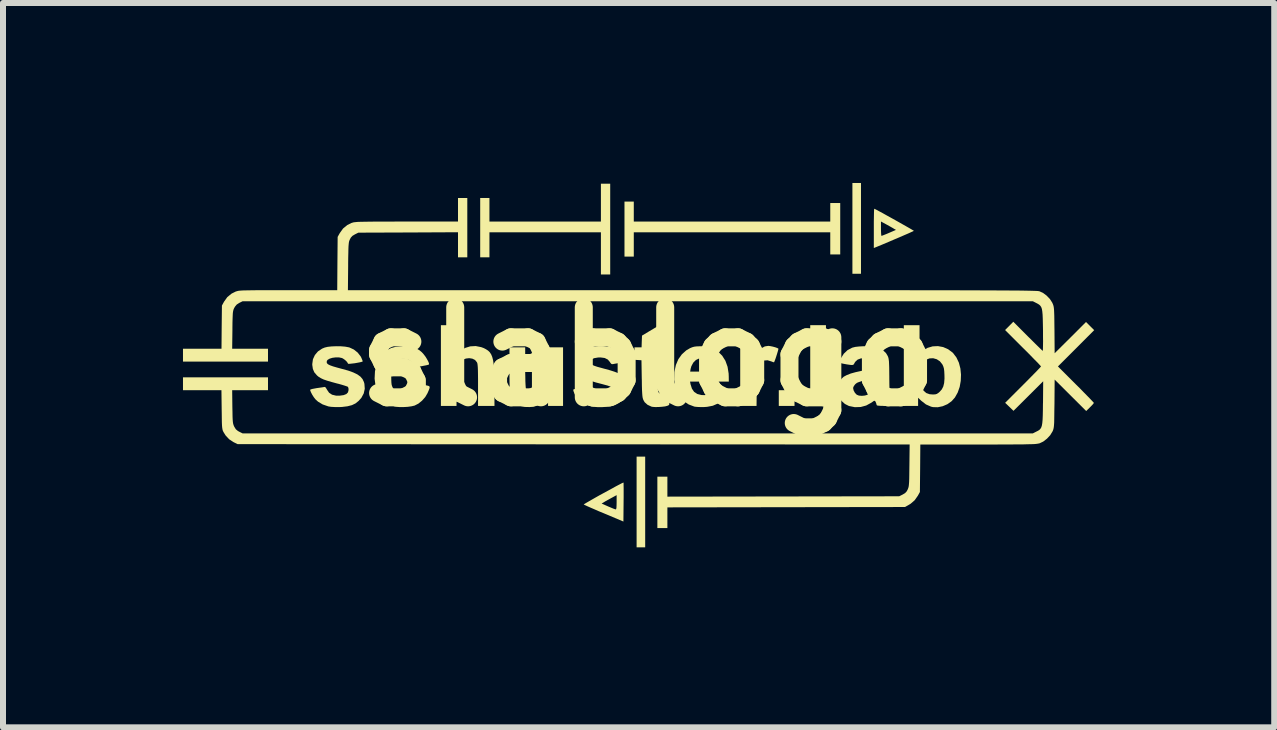
<source format=kicad_pcb>
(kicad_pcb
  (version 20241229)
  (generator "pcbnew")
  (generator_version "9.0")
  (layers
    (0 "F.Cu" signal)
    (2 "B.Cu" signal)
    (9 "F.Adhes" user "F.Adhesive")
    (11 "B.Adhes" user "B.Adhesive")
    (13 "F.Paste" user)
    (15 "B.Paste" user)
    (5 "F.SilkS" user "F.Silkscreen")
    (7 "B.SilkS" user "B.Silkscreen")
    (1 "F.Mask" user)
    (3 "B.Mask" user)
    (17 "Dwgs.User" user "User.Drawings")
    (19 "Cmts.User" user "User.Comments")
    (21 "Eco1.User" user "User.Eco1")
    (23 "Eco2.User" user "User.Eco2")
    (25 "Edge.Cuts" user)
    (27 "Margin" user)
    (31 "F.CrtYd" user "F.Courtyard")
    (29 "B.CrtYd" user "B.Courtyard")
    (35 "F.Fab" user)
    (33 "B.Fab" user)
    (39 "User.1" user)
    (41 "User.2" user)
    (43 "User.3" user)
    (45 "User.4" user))
  (footprint "slablogo"
    (layer "F.Cu")
    (at 7.752 2.894)
    (property "Reference" "slablogo" (at 0 0 0) (layer "F.SilkS") (effects (font (size 1.5 1.5) (thickness 0.3))))
    (attr board_only exclude_from_pos_files exclude_from_bom)
    (fp_poly (pts (xy -0.048 2.423) (xy -0.048 3.179) (xy -0.119 3.179) (xy -0.191 3.179) (xy -0.191 2.423) (xy -0.191 1.667) (xy -0.119 1.667) (xy -0.048 1.667)) (stroke (width 0) (type solid)) (fill yes) (layer "F.SilkS"))
    (fp_poly (pts (xy 2.441 0.691) (xy 2.441 0.822) (xy 2.31 0.822) (xy 2.179 0.822) (xy 2.179 0.691) (xy 2.179 0.56) (xy 2.31 0.56) (xy 2.441 0.56)) (stroke (width 0) (type solid)) (fill yes) (layer "F.SilkS"))
    (fp_poly (pts (xy 2.965 0.149) (xy 2.965 0.822) (xy 2.834 0.822) (xy 2.703 0.822) (xy 2.703 0.149) (xy 2.703 -0.524) (xy 2.834 -0.524) (xy 2.965 -0.524)) (stroke (width 0) (type solid)) (fill yes) (layer "F.SilkS"))
    (fp_poly (pts (xy 3.549 -2.138) (xy 3.549 -1.381) (xy 3.477 -1.381) (xy 3.406 -1.381) (xy 3.406 -2.138) (xy 3.406 -2.894) (xy 3.477 -2.894) (xy 3.549 -2.894)) (stroke (width 0) (type solid)) (fill yes) (layer "F.SilkS"))
    (fp_poly (pts (xy -0.631 -2.126) (xy -0.631 -1.369) (xy -0.709 -1.369) (xy -0.786 -1.369) (xy -0.786 -1.721) (xy -0.786 -2.072) (xy -1.715 -2.072) (xy -2.644 -2.072) (xy -2.644 -1.864) (xy -2.644 -1.655) (xy -2.721 -1.655) (xy -2.798 -1.655) (xy -2.798 -2.149) (xy -2.798 -2.644) (xy -2.721 -2.644) (xy -2.644 -2.644) (xy -2.644 -2.447) (xy -2.644 -2.251) (xy -1.715 -2.251) (xy -0.786 -2.251) (xy -0.786 -2.566) (xy -0.786 -2.882) (xy -0.709 -2.882) (xy -0.631 -2.882)) (stroke (width 0) (type solid)) (fill yes) (layer "F.SilkS"))
    (fp_poly (pts (xy -0.238 -2.417) (xy -0.238 -2.251) (xy 1.399 -2.251) (xy 3.037 -2.251) (xy 3.037 -2.405) (xy 3.037 -2.56) (xy 3.12 -2.56) (xy 3.203 -2.56) (xy 3.203 -2.132) (xy 3.203 -1.703) (xy 3.12 -1.703) (xy 3.037 -1.703) (xy 3.037 -1.887) (xy 3.037 -2.072) (xy 1.399 -2.072) (xy -0.238 -2.072) (xy -0.238 -1.87) (xy -0.238 -1.667) (xy -0.316 -1.667) (xy -0.393 -1.667) (xy -0.393 -2.126) (xy -0.393 -2.584) (xy -0.316 -2.584) (xy -0.238 -2.584)) (stroke (width 0) (type solid)) (fill yes) (layer "F.SilkS"))
    (fp_poly (pts (xy 2.037 -0.175) (xy 2.077 -0.167) (xy 2.118 -0.156) (xy 2.152 -0.144) (xy 2.171 -0.134) (xy 2.172 -0.132) (xy 2.171 -0.119) (xy 2.163 -0.089) (xy 2.151 -0.049) (xy 2.137 -0.004) (xy 2.123 0.038) (xy 2.11 0.072) (xy 2.101 0.093) (xy 2.099 0.094) (xy 2.087 0.093) (xy 2.062 0.083) (xy 2.054 0.08) (xy 1.992 0.061) (xy 1.936 0.065) (xy 1.888 0.09) (xy 1.85 0.137) (xy 1.842 0.153) (xy 1.834 0.171) (xy 1.828 0.191) (xy 1.823 0.215) (xy 1.82 0.246) (xy 1.817 0.288) (xy 1.815 0.344) (xy 1.814 0.417) (xy 1.812 0.511) (xy 1.812 0.515) (xy 1.808 0.822) (xy 1.672 0.822) (xy 1.536 0.822) (xy 1.536 0.333) (xy 1.536 -0.155) (xy 1.661 -0.155) (xy 1.786 -0.155) (xy 1.786 -0.094) (xy 1.786 -0.032) (xy 1.836 -0.089) (xy 1.891 -0.14) (xy 1.946 -0.17) (xy 2.004 -0.179)) (stroke (width 0) (type solid)) (fill yes) (layer "F.SilkS"))
    (fp_poly (pts (xy -0.408 2.112) (xy -0.408 2.145) (xy -0.407 2.196) (xy -0.407 2.262) (xy -0.407 2.339) (xy -0.408 2.424) (xy -0.408 2.427) (xy -0.411 2.749) (xy -0.741 2.61) (xy -0.824 2.576) (xy -0.899 2.543) (xy -0.964 2.515) (xy -1.016 2.492) (xy -1.052 2.475) (xy -1.07 2.466) (xy -1.072 2.464) (xy -1.062 2.457) (xy -1.049 2.449) (xy -0.774 2.449) (xy -0.664 2.498) (xy -0.616 2.518) (xy -0.575 2.535) (xy -0.547 2.545) (xy -0.539 2.547) (xy -0.532 2.541) (xy -0.527 2.519) (xy -0.525 2.477) (xy -0.524 2.428) (xy -0.524 2.309) (xy -0.616 2.359) (xy -0.663 2.385) (xy -0.705 2.408) (xy -0.735 2.426) (xy -0.741 2.43) (xy -0.774 2.449) (xy -1.049 2.449) (xy -1.034 2.44) (xy -0.991 2.415) (xy -0.937 2.384) (xy -0.874 2.348) (xy -0.805 2.309) (xy -0.733 2.27) (xy -0.661 2.231) (xy -0.593 2.194) (xy -0.532 2.16) (xy -0.48 2.133) (xy -0.44 2.112) (xy -0.416 2.101) (xy -0.41 2.099)) (stroke (width 0) (type solid)) (fill yes) (layer "F.SilkS"))
    (fp_poly (pts (xy 3.783 -2.459) (xy 3.813 -2.444) (xy 3.857 -2.42) (xy 3.913 -2.39) (xy 3.977 -2.354) (xy 4.046 -2.316) (xy 4.118 -2.276) (xy 4.189 -2.236) (xy 4.256 -2.198) (xy 4.316 -2.164) (xy 4.367 -2.135) (xy 4.404 -2.113) (xy 4.426 -2.1) (xy 4.43 -2.096) (xy 4.419 -2.09) (xy 4.388 -2.076) (xy 4.34 -2.054) (xy 4.275 -2.026) (xy 4.197 -1.992) (xy 4.107 -1.954) (xy 4.007 -1.911) (xy 3.9 -1.866) (xy 3.808 -1.828) (xy 3.763 -1.81) (xy 3.763 -2.137) (xy 3.763 -2.223) (xy 3.763 -2.252) (xy 3.882 -2.252) (xy 3.882 -2.132) (xy 3.883 -2.082) (xy 3.885 -2.042) (xy 3.888 -2.018) (xy 3.891 -2.012) (xy 3.905 -2.017) (xy 3.936 -2.029) (xy 3.979 -2.046) (xy 4.016 -2.062) (xy 4.132 -2.112) (xy 4.099 -2.131) (xy 4.074 -2.146) (xy 4.035 -2.168) (xy 3.989 -2.194) (xy 3.974 -2.202) (xy 3.882 -2.252) (xy 3.763 -2.252) (xy 3.764 -2.3) (xy 3.765 -2.366) (xy 3.766 -2.417) (xy 3.768 -2.451) (xy 3.77 -2.465) (xy 3.77 -2.465)) (stroke (width 0) (type solid)) (fill yes) (layer "F.SilkS"))
    (fp_poly (pts (xy -3.191 -0.286) (xy -3.191 -0.047) (xy -3.131 -0.095) (xy -3.051 -0.144) (xy -2.964 -0.171) (xy -2.873 -0.176) (xy -2.782 -0.158) (xy -2.744 -0.144) (xy -2.702 -0.123) (xy -2.667 -0.1) (xy -2.638 -0.072) (xy -2.615 -0.037) (xy -2.597 0.007) (xy -2.583 0.062) (xy -2.573 0.13) (xy -2.567 0.215) (xy -2.563 0.317) (xy -2.561 0.439) (xy -2.561 0.533) (xy -2.56 0.822) (xy -2.697 0.822) (xy -2.834 0.822) (xy -2.834 0.476) (xy -2.834 0.373) (xy -2.835 0.29) (xy -2.836 0.227) (xy -2.838 0.179) (xy -2.841 0.144) (xy -2.844 0.119) (xy -2.849 0.102) (xy -2.853 0.094) (xy -2.884 0.056) (xy -2.929 0.034) (xy -2.981 0.026) (xy -3.035 0.032) (xy -3.088 0.052) (xy -3.132 0.086) (xy -3.161 0.125) (xy -3.168 0.141) (xy -3.174 0.158) (xy -3.178 0.18) (xy -3.182 0.21) (xy -3.184 0.251) (xy -3.186 0.305) (xy -3.188 0.377) (xy -3.189 0.468) (xy -3.189 0.497) (xy -3.193 0.822) (xy -3.323 0.822) (xy -3.453 0.822) (xy -3.453 0.149) (xy -3.453 -0.524) (xy -3.322 -0.524) (xy -3.191 -0.524)) (stroke (width 0) (type solid)) (fill yes) (layer "F.SilkS"))
    (fp_poly (pts (xy -2.048 0.17) (xy -2.048 0.258) (xy -2.046 0.34) (xy -2.045 0.412) (xy -2.042 0.472) (xy -2.039 0.514) (xy -2.036 0.537) (xy -2.012 0.588) (xy -1.974 0.621) (xy -1.918 0.638) (xy -1.902 0.64) (xy -1.834 0.634) (xy -1.777 0.608) (xy -1.733 0.562) (xy -1.718 0.536) (xy -1.71 0.519) (xy -1.703 0.502) (xy -1.699 0.482) (xy -1.695 0.456) (xy -1.693 0.42) (xy -1.692 0.371) (xy -1.691 0.307) (xy -1.691 0.224) (xy -1.691 0.164) (xy -1.691 -0.155) (xy -1.554 -0.155) (xy -1.417 -0.155) (xy -1.417 0.333) (xy -1.417 0.822) (xy -1.542 0.822) (xy -1.667 0.822) (xy -1.667 0.754) (xy -1.667 0.686) (xy -1.718 0.735) (xy -1.758 0.769) (xy -1.805 0.799) (xy -1.828 0.811) (xy -1.896 0.832) (xy -1.973 0.841) (xy -2.051 0.839) (xy -2.111 0.827) (xy -2.16 0.804) (xy -2.209 0.768) (xy -2.22 0.759) (xy -2.243 0.735) (xy -2.262 0.712) (xy -2.277 0.686) (xy -2.288 0.655) (xy -2.297 0.617) (xy -2.303 0.567) (xy -2.307 0.505) (xy -2.309 0.427) (xy -2.31 0.33) (xy -2.31 0.212) (xy -2.31 0.212) (xy -2.31 -0.155) (xy -2.179 -0.155) (xy -2.048 -0.155)) (stroke (width 0) (type solid)) (fill yes) (layer "F.SilkS"))
    (fp_poly (pts (xy 0.152 -0.327) (xy 0.155 -0.155) (xy 0.244 -0.155) (xy 0.333 -0.155) (xy 0.333 -0.048) (xy 0.333 0.06) (xy 0.243 0.06) (xy 0.153 0.06) (xy 0.157 0.323) (xy 0.158 0.408) (xy 0.16 0.473) (xy 0.161 0.521) (xy 0.164 0.554) (xy 0.167 0.576) (xy 0.172 0.59) (xy 0.179 0.6) (xy 0.188 0.608) (xy 0.189 0.609) (xy 0.215 0.623) (xy 0.237 0.626) (xy 0.262 0.62) (xy 0.294 0.613) (xy 0.317 0.61) (xy 0.329 0.615) (xy 0.335 0.634) (xy 0.339 0.663) (xy 0.345 0.708) (xy 0.351 0.752) (xy 0.353 0.764) (xy 0.355 0.793) (xy 0.346 0.809) (xy 0.321 0.82) (xy 0.319 0.821) (xy 0.283 0.83) (xy 0.233 0.836) (xy 0.176 0.84) (xy 0.122 0.841) (xy 0.078 0.838) (xy 0.057 0.834) (xy -0.009 0.803) (xy -0.057 0.76) (xy -0.078 0.723) (xy -0.085 0.704) (xy -0.091 0.681) (xy -0.095 0.65) (xy -0.098 0.609) (xy -0.101 0.554) (xy -0.103 0.482) (xy -0.104 0.39) (xy -0.105 0.367) (xy -0.11 0.061) (xy -0.165 0.057) (xy -0.22 0.054) (xy -0.224 -0.051) (xy -0.227 -0.155) (xy -0.168 -0.155) (xy -0.108 -0.155) (xy -0.105 -0.252) (xy -0.101 -0.35) (xy 0.024 -0.425) (xy 0.149 -0.5)) (stroke (width 0) (type solid)) (fill yes) (layer "F.SilkS"))
    (fp_poly (pts (xy 4.525 -0.291) (xy 4.525 -0.058) (xy 4.581 -0.101) (xy 4.659 -0.146) (xy 4.744 -0.171) (xy 4.832 -0.175) (xy 4.919 -0.159) (xy 5.001 -0.123) (xy 5.075 -0.068) (xy 5.085 -0.058) (xy 5.14 0.015) (xy 5.181 0.102) (xy 5.206 0.198) (xy 5.216 0.3) (xy 5.212 0.404) (xy 5.194 0.505) (xy 5.161 0.599) (xy 5.115 0.681) (xy 5.06 0.743) (xy 4.99 0.793) (xy 4.911 0.827) (xy 4.829 0.844) (xy 4.75 0.842) (xy 4.716 0.834) (xy 4.632 0.797) (xy 4.555 0.737) (xy 4.552 0.735) (xy 4.501 0.686) (xy 4.501 0.754) (xy 4.501 0.822) (xy 4.382 0.822) (xy 4.263 0.822) (xy 4.263 0.325) (xy 4.522 0.325) (xy 4.523 0.383) (xy 4.527 0.425) (xy 4.534 0.458) (xy 4.547 0.491) (xy 4.555 0.506) (xy 4.592 0.567) (xy 4.637 0.607) (xy 4.693 0.627) (xy 4.742 0.631) (xy 4.784 0.63) (xy 4.813 0.622) (xy 4.839 0.605) (xy 4.858 0.589) (xy 4.895 0.548) (xy 4.92 0.5) (xy 4.935 0.441) (xy 4.941 0.366) (xy 4.94 0.306) (xy 4.937 0.245) (xy 4.932 0.202) (xy 4.923 0.169) (xy 4.91 0.139) (xy 4.906 0.131) (xy 4.865 0.079) (xy 4.812 0.044) (xy 4.752 0.027) (xy 4.69 0.03) (xy 4.631 0.053) (xy 4.613 0.065) (xy 4.573 0.105) (xy 4.545 0.154) (xy 4.528 0.216) (xy 4.522 0.295) (xy 4.522 0.325) (xy 4.263 0.325) (xy 4.263 0.149) (xy 4.263 -0.524) (xy 4.394 -0.524) (xy 4.525 -0.524)) (stroke (width 0) (type solid)) (fill yes) (layer "F.SilkS"))
    (fp_poly (pts (xy 0.945 -0.172) (xy 0.988 -0.169) (xy 1.022 -0.162) (xy 1.055 -0.149) (xy 1.078 -0.139) (xy 1.164 -0.086) (xy 1.235 -0.016) (xy 1.289 0.069) (xy 1.325 0.169) (xy 1.343 0.282) (xy 1.345 0.336) (xy 1.346 0.417) (xy 1.023 0.417) (xy 0.7 0.417) (xy 0.708 0.461) (xy 0.731 0.534) (xy 0.768 0.588) (xy 0.821 0.623) (xy 0.888 0.64) (xy 0.899 0.641) (xy 0.942 0.642) (xy 0.97 0.638) (xy 0.993 0.627) (xy 1.008 0.615) (xy 1.037 0.585) (xy 1.058 0.552) (xy 1.06 0.548) (xy 1.067 0.531) (xy 1.073 0.521) (xy 1.085 0.515) (xy 1.105 0.515) (xy 1.138 0.519) (xy 1.189 0.527) (xy 1.215 0.532) (xy 1.273 0.542) (xy 1.309 0.552) (xy 1.326 0.565) (xy 1.325 0.586) (xy 1.308 0.619) (xy 1.28 0.663) (xy 1.223 0.733) (xy 1.157 0.785) (xy 1.079 0.819) (xy 0.985 0.837) (xy 0.929 0.841) (xy 0.873 0.841) (xy 0.822 0.839) (xy 0.782 0.835) (xy 0.771 0.833) (xy 0.678 0.798) (xy 0.598 0.745) (xy 0.533 0.675) (xy 0.483 0.59) (xy 0.45 0.492) (xy 0.435 0.383) (xy 0.438 0.265) (xy 0.44 0.25) (xy 0.702 0.25) (xy 0.893 0.25) (xy 1.084 0.25) (xy 1.084 0.217) (xy 1.076 0.177) (xy 1.056 0.13) (xy 1.028 0.086) (xy 0.999 0.056) (xy 0.967 0.04) (xy 0.926 0.029) (xy 0.913 0.027) (xy 0.852 0.031) (xy 0.798 0.056) (xy 0.754 0.1) (xy 0.722 0.159) (xy 0.709 0.205) (xy 0.702 0.25) (xy 0.44 0.25) (xy 0.44 0.249) (xy 0.464 0.139) (xy 0.505 0.043) (xy 0.564 -0.039) (xy 0.638 -0.105) (xy 0.7 -0.141) (xy 0.736 -0.156) (xy 0.768 -0.165) (xy 0.805 -0.17) (xy 0.855 -0.172) (xy 0.887 -0.173)) (stroke (width 0) (type solid)) (fill yes) (layer "F.SilkS"))
    (fp_poly (pts (xy -3.995 -0.169) (xy -3.922 -0.158) (xy -3.862 -0.137) (xy -3.808 -0.104) (xy -3.771 -0.073) (xy -3.742 -0.041) (xy -3.712 -0.002) (xy -3.686 0.04) (xy -3.665 0.079) (xy -3.652 0.111) (xy -3.652 0.13) (xy -3.653 0.132) (xy -3.667 0.137) (xy -3.699 0.145) (xy -3.741 0.153) (xy -3.787 0.162) (xy -3.832 0.17) (xy -3.87 0.175) (xy -3.894 0.177) (xy -3.899 0.177) (xy -3.906 0.164) (xy -3.918 0.138) (xy -3.922 0.128) (xy -3.953 0.08) (xy -4.001 0.05) (xy -4.066 0.036) (xy -4.086 0.036) (xy -4.153 0.045) (xy -4.206 0.073) (xy -4.247 0.12) (xy -4.256 0.137) (xy -4.267 0.161) (xy -4.274 0.188) (xy -4.279 0.223) (xy -4.28 0.271) (xy -4.281 0.327) (xy -4.28 0.391) (xy -4.278 0.436) (xy -4.274 0.469) (xy -4.266 0.495) (xy -4.254 0.52) (xy -4.254 0.52) (xy -4.215 0.574) (xy -4.165 0.609) (xy -4.11 0.628) (xy -4.054 0.629) (xy -4 0.614) (xy -3.953 0.582) (xy -3.918 0.533) (xy -3.904 0.5) (xy -3.897 0.477) (xy -3.887 0.462) (xy -3.872 0.455) (xy -3.846 0.454) (xy -3.806 0.459) (xy -3.747 0.47) (xy -3.736 0.472) (xy -3.687 0.481) (xy -3.656 0.489) (xy -3.641 0.501) (xy -3.641 0.522) (xy -3.653 0.556) (xy -3.675 0.607) (xy -3.677 0.611) (xy -3.714 0.674) (xy -3.767 0.734) (xy -3.827 0.783) (xy -3.889 0.815) (xy -3.891 0.816) (xy -3.941 0.828) (xy -4.006 0.837) (xy -4.076 0.841) (xy -4.145 0.841) (xy -4.203 0.835) (xy -4.228 0.83) (xy -4.321 0.792) (xy -4.4 0.736) (xy -4.465 0.663) (xy -4.513 0.577) (xy -4.544 0.477) (xy -4.558 0.367) (xy -4.552 0.247) (xy -4.551 0.241) (xy -4.528 0.132) (xy -4.488 0.04) (xy -4.432 -0.037) (xy -4.405 -0.064) (xy -4.345 -0.111) (xy -4.282 -0.143) (xy -4.212 -0.162) (xy -4.126 -0.171) (xy -4.084 -0.172)) (stroke (width 0) (type solid)) (fill yes) (layer "F.SilkS"))
    (fp_poly (pts (xy -0.745 -0.175) (xy -0.642 -0.162) (xy -0.558 -0.137) (xy -0.49 -0.099) (xy -0.436 -0.046) (xy -0.393 0.022) (xy -0.38 0.051) (xy -0.376 0.071) (xy -0.386 0.084) (xy -0.411 0.093) (xy -0.456 0.102) (xy -0.48 0.106) (xy -0.526 0.114) (xy -0.565 0.121) (xy -0.589 0.126) (xy -0.589 0.126) (xy -0.609 0.124) (xy -0.627 0.105) (xy -0.636 0.09) (xy -0.671 0.049) (xy -0.723 0.023) (xy -0.791 0.014) (xy -0.834 0.015) (xy -0.898 0.026) (xy -0.941 0.046) (xy -0.962 0.074) (xy -0.965 0.089) (xy -0.962 0.107) (xy -0.951 0.123) (xy -0.93 0.138) (xy -0.896 0.153) (xy -0.846 0.17) (xy -0.776 0.189) (xy -0.729 0.202) (xy -0.637 0.227) (xy -0.565 0.25) (xy -0.509 0.271) (xy -0.465 0.293) (xy -0.43 0.317) (xy -0.413 0.332) (xy -0.368 0.388) (xy -0.343 0.453) (xy -0.336 0.521) (xy -0.348 0.591) (xy -0.376 0.658) (xy -0.421 0.719) (xy -0.48 0.77) (xy -0.552 0.809) (xy -0.554 0.809) (xy -0.611 0.825) (xy -0.684 0.836) (xy -0.763 0.842) (xy -0.842 0.842) (xy -0.911 0.836) (xy -0.947 0.83) (xy -1.022 0.803) (xy -1.093 0.765) (xy -1.151 0.72) (xy -1.174 0.696) (xy -1.201 0.658) (xy -1.225 0.618) (xy -1.241 0.582) (xy -1.247 0.556) (xy -1.245 0.549) (xy -1.232 0.543) (xy -1.2 0.536) (xy -1.156 0.528) (xy -1.135 0.525) (xy -1.086 0.518) (xy -1.044 0.511) (xy -1.017 0.506) (xy -1.012 0.505) (xy -0.995 0.513) (xy -0.974 0.542) (xy -0.97 0.551) (xy -0.934 0.602) (xy -0.884 0.635) (xy -0.817 0.651) (xy -0.758 0.651) (xy -0.692 0.642) (xy -0.647 0.624) (xy -0.62 0.596) (xy -0.61 0.557) (xy -0.611 0.525) (xy -0.621 0.503) (xy -0.622 0.503) (xy -0.639 0.495) (xy -0.674 0.483) (xy -0.722 0.47) (xy -0.762 0.459) (xy -0.873 0.43) (xy -0.962 0.402) (xy -1.033 0.375) (xy -1.089 0.347) (xy -1.131 0.317) (xy -1.163 0.282) (xy -1.187 0.243) (xy -1.192 0.232) (xy -1.211 0.165) (xy -1.21 0.092) (xy -1.193 0.019) (xy -1.159 -0.045) (xy -1.139 -0.07) (xy -1.084 -0.113) (xy -1.01 -0.146) (xy -0.922 -0.167) (xy -0.822 -0.176)) (stroke (width 0) (type solid)) (fill yes) (layer "F.SilkS"))
    (fp_poly (pts (xy -5.12 -0.172) (xy -5.048 -0.166) (xy -4.989 -0.155) (xy -4.977 -0.152) (xy -4.904 -0.118) (xy -4.84 -0.067) (xy -4.791 -0.004) (xy -4.78 0.017) (xy -4.766 0.05) (xy -4.757 0.074) (xy -4.757 0.081) (xy -4.772 0.087) (xy -4.804 0.095) (xy -4.846 0.103) (xy -4.892 0.111) (xy -4.937 0.116) (xy -4.973 0.12) (xy -4.995 0.12) (xy -5 0.119) (xy -5.018 0.088) (xy -5.051 0.056) (xy -5.087 0.031) (xy -5.105 0.023) (xy -5.153 0.013) (xy -5.207 0.013) (xy -5.261 0.02) (xy -5.307 0.034) (xy -5.34 0.053) (xy -5.353 0.07) (xy -5.357 0.092) (xy -5.352 0.111) (xy -5.334 0.128) (xy -5.301 0.145) (xy -5.251 0.163) (xy -5.182 0.183) (xy -5.108 0.203) (xy -4.999 0.233) (xy -4.913 0.264) (xy -4.845 0.297) (xy -4.795 0.333) (xy -4.759 0.375) (xy -4.736 0.424) (xy -4.728 0.453) (xy -4.722 0.536) (xy -4.739 0.613) (xy -4.778 0.686) (xy -4.824 0.738) (xy -4.876 0.78) (xy -4.936 0.809) (xy -5.01 0.828) (xy -5.1 0.839) (xy -5.138 0.841) (xy -5.218 0.841) (xy -5.285 0.837) (xy -5.329 0.83) (xy -5.424 0.797) (xy -5.501 0.751) (xy -5.544 0.712) (xy -5.572 0.676) (xy -5.599 0.633) (xy -5.62 0.592) (xy -5.632 0.56) (xy -5.632 0.553) (xy -5.621 0.546) (xy -5.592 0.538) (xy -5.549 0.53) (xy -5.522 0.525) (xy -5.472 0.518) (xy -5.429 0.512) (xy -5.401 0.507) (xy -5.394 0.505) (xy -5.376 0.512) (xy -5.356 0.543) (xy -5.352 0.551) (xy -5.317 0.602) (xy -5.267 0.635) (xy -5.2 0.651) (xy -5.14 0.651) (xy -5.075 0.642) (xy -5.029 0.624) (xy -5.002 0.596) (xy -4.992 0.557) (xy -4.994 0.525) (xy -5.003 0.504) (xy -5.004 0.503) (xy -5.021 0.496) (xy -5.056 0.484) (xy -5.105 0.469) (xy -5.162 0.453) (xy -5.18 0.449) (xy -5.275 0.423) (xy -5.35 0.401) (xy -5.408 0.381) (xy -5.453 0.36) (xy -5.488 0.339) (xy -5.516 0.316) (xy -5.519 0.313) (xy -5.563 0.262) (xy -5.587 0.206) (xy -5.597 0.138) (xy -5.597 0.123) (xy -5.586 0.044) (xy -5.553 -0.027) (xy -5.502 -0.087) (xy -5.433 -0.133) (xy -5.39 -0.151) (xy -5.339 -0.163) (xy -5.273 -0.17) (xy -5.197 -0.173)) (stroke (width 0) (type solid)) (fill yes) (layer "F.SilkS"))
    (fp_poly (pts (xy 3.668 -0.172) (xy 3.739 -0.168) (xy 3.799 -0.16) (xy 3.834 -0.15) (xy 3.909 -0.112) (xy 3.965 -0.06) (xy 3.993 -0.013) (xy 4.001 0.005) (xy 4.007 0.024) (xy 4.011 0.048) (xy 4.015 0.078) (xy 4.017 0.12) (xy 4.019 0.175) (xy 4.02 0.247) (xy 4.021 0.339) (xy 4.021 0.357) (xy 4.022 0.459) (xy 4.024 0.54) (xy 4.026 0.605) (xy 4.03 0.656) (xy 4.035 0.697) (xy 4.043 0.732) (xy 4.052 0.764) (xy 4.064 0.796) (xy 4.066 0.801) (xy 4.068 0.81) (xy 4.063 0.816) (xy 4.046 0.819) (xy 4.013 0.821) (xy 3.962 0.822) (xy 3.943 0.822) (xy 3.881 0.821) (xy 3.84 0.818) (xy 3.817 0.814) (xy 3.81 0.807) (xy 3.805 0.786) (xy 3.795 0.759) (xy 3.781 0.726) (xy 3.722 0.768) (xy 3.636 0.815) (xy 3.544 0.84) (xy 3.447 0.843) (xy 3.352 0.824) (xy 3.346 0.822) (xy 3.281 0.789) (xy 3.225 0.739) (xy 3.184 0.679) (xy 3.168 0.638) (xy 3.158 0.568) (xy 3.163 0.525) (xy 3.418 0.525) (xy 3.426 0.563) (xy 3.448 0.604) (xy 3.478 0.635) (xy 3.48 0.636) (xy 3.515 0.65) (xy 3.564 0.654) (xy 3.614 0.649) (xy 3.648 0.639) (xy 3.702 0.604) (xy 3.739 0.554) (xy 3.759 0.488) (xy 3.761 0.416) (xy 3.757 0.362) (xy 3.62 0.395) (xy 3.558 0.41) (xy 3.515 0.424) (xy 3.485 0.436) (xy 3.464 0.451) (xy 3.45 0.464) (xy 3.429 0.493) (xy 3.418 0.52) (xy 3.418 0.525) (xy 3.163 0.525) (xy 3.166 0.496) (xy 3.188 0.428) (xy 3.223 0.371) (xy 3.26 0.336) (xy 3.31 0.309) (xy 3.378 0.282) (xy 3.461 0.259) (xy 3.525 0.245) (xy 3.582 0.233) (xy 3.641 0.219) (xy 3.689 0.208) (xy 3.694 0.206) (xy 3.733 0.195) (xy 3.753 0.184) (xy 3.762 0.171) (xy 3.763 0.153) (xy 3.753 0.1) (xy 3.726 0.06) (xy 3.683 0.037) (xy 3.683 0.036) (xy 3.611 0.025) (xy 3.547 0.03) (xy 3.493 0.05) (xy 3.454 0.086) (xy 3.442 0.105) (xy 3.43 0.128) (xy 3.416 0.138) (xy 3.394 0.14) (xy 3.364 0.137) (xy 3.315 0.13) (xy 3.261 0.12) (xy 3.242 0.116) (xy 3.179 0.101) (xy 3.213 0.03) (xy 3.262 -0.048) (xy 3.325 -0.108) (xy 3.401 -0.148) (xy 3.407 -0.15) (xy 3.455 -0.162) (xy 3.519 -0.169) (xy 3.592 -0.173)) (stroke (width 0) (type solid)) (fill yes) (layer "F.SilkS"))
    (fp_poly (pts (xy -3.013 -2.149) (xy -3.013 -1.655) (xy -3.09 -1.655) (xy -3.168 -1.655) (xy -3.168 -1.864) (xy -3.168 -2.073) (xy -3.998 -2.069) (xy -4.829 -2.066) (xy -4.887 -2.037) (xy -4.927 -2.013) (xy -4.954 -1.984) (xy -4.97 -1.954) (xy -4.977 -1.938) (xy -4.983 -1.921) (xy -4.987 -1.901) (xy -4.99 -1.874) (xy -4.993 -1.838) (xy -4.995 -1.79) (xy -4.996 -1.728) (xy -4.998 -1.648) (xy -4.999 -1.549) (xy -4.999 -1.503) (xy -5.003 -1.107) (xy 0.73 -1.107) (xy 1.174 -1.107) (xy 1.596 -1.107) (xy 1.994 -1.107) (xy 2.371 -1.107) (xy 2.727 -1.107) (xy 3.062 -1.107) (xy 3.376 -1.107) (xy 3.672 -1.107) (xy 3.948 -1.107) (xy 4.206 -1.107) (xy 4.446 -1.106) (xy 4.67 -1.106) (xy 4.877 -1.106) (xy 5.068 -1.106) (xy 5.244 -1.105) (xy 5.405 -1.105) (xy 5.553 -1.104) (xy 5.687 -1.104) (xy 5.808 -1.103) (xy 5.918 -1.103) (xy 6.016 -1.102) (xy 6.103 -1.101) (xy 6.179 -1.101) (xy 6.247 -1.1) (xy 6.305 -1.099) (xy 6.354 -1.098) (xy 6.396 -1.097) (xy 6.431 -1.096) (xy 6.46 -1.095) (xy 6.482 -1.094) (xy 6.499 -1.093) (xy 6.512 -1.091) (xy 6.52 -1.09) (xy 6.523 -1.089) (xy 6.583 -1.062) (xy 6.643 -1.017) (xy 6.697 -0.961) (xy 6.736 -0.901) (xy 6.741 -0.89) (xy 6.749 -0.872) (xy 6.755 -0.855) (xy 6.76 -0.835) (xy 6.764 -0.81) (xy 6.767 -0.777) (xy 6.769 -0.733) (xy 6.771 -0.676) (xy 6.772 -0.602) (xy 6.773 -0.508) (xy 6.774 -0.442) (xy 6.777 -0.056) (xy 7.039 -0.316) (xy 7.3 -0.577) (xy 7.368 -0.509) (xy 7.436 -0.441) (xy 7.134 -0.138) (xy 6.832 0.164) (xy 7.131 0.463) (xy 7.201 0.532) (xy 7.264 0.597) (xy 7.32 0.654) (xy 7.367 0.702) (xy 7.402 0.739) (xy 7.424 0.763) (xy 7.431 0.771) (xy 7.423 0.784) (xy 7.402 0.808) (xy 7.372 0.839) (xy 7.367 0.844) (xy 7.303 0.907) (xy 7.04 0.645) (xy 6.777 0.383) (xy 6.774 0.784) (xy 6.772 0.893) (xy 6.771 0.98) (xy 6.77 1.049) (xy 6.769 1.102) (xy 6.766 1.143) (xy 6.763 1.174) (xy 6.759 1.197) (xy 6.754 1.216) (xy 6.748 1.233) (xy 6.741 1.248) (xy 6.703 1.31) (xy 6.649 1.368) (xy 6.587 1.416) (xy 6.526 1.445) (xy 6.513 1.448) (xy 6.497 1.451) (xy 6.477 1.454) (xy 6.45 1.457) (xy 6.416 1.459) (xy 6.373 1.46) (xy 6.319 1.461) (xy 6.252 1.463) (xy 6.171 1.463) (xy 6.074 1.464) (xy 5.96 1.464) (xy 5.827 1.465) (xy 5.673 1.465) (xy 5.501 1.465) (xy 4.538 1.465) (xy 4.535 1.861) (xy 4.531 2.257) (xy 4.496 2.32) (xy 4.444 2.394) (xy 4.377 2.452) (xy 4.331 2.48) (xy 4.281 2.507) (xy 2.301 2.51) (xy 0.322 2.513) (xy 0.322 2.685) (xy 0.322 2.858) (xy 0.238 2.858) (xy 0.155 2.858) (xy 0.155 2.429) (xy 0.155 2.001) (xy 0.238 2.001) (xy 0.322 2.001) (xy 0.322 2.167) (xy 0.322 2.334) (xy 2.254 2.331) (xy 4.186 2.328) (xy 4.244 2.299) (xy 4.284 2.275) (xy 4.311 2.246) (xy 4.327 2.216) (xy 4.334 2.199) (xy 4.34 2.181) (xy 4.345 2.159) (xy 4.348 2.13) (xy 4.351 2.091) (xy 4.353 2.039) (xy 4.354 1.972) (xy 4.355 1.885) (xy 4.356 1.813) (xy 4.36 1.465) (xy -1.241 1.462) (xy -6.841 1.459) (xy -6.909 1.426) (xy -6.982 1.378) (xy -7.041 1.315) (xy -7.076 1.259) (xy -7.084 1.243) (xy -7.091 1.226) (xy -7.095 1.206) (xy -7.099 1.18) (xy -7.102 1.143) (xy -7.104 1.094) (xy -7.105 1.029) (xy -7.106 0.945) (xy -7.107 0.884) (xy -7.111 0.56) (xy -7.431 0.56) (xy -7.752 0.56) (xy -7.752 0.453) (xy -7.752 0.345) (xy -7.044 0.345) (xy -6.335 0.345) (xy -6.335 0.453) (xy -6.335 0.56) (xy -6.634 0.56) (xy -6.932 0.56) (xy -6.929 0.837) (xy -6.927 0.926) (xy -6.926 0.994) (xy -6.924 1.046) (xy -6.921 1.084) (xy -6.917 1.113) (xy -6.911 1.135) (xy -6.904 1.154) (xy -6.897 1.169) (xy -6.871 1.211) (xy -6.836 1.24) (xy -6.814 1.252) (xy -6.758 1.28) (xy -0.173 1.28) (xy 6.413 1.28) (xy 6.472 1.25) (xy 6.5 1.236) (xy 6.523 1.221) (xy 6.54 1.203) (xy 6.554 1.18) (xy 6.564 1.149) (xy 6.571 1.108) (xy 6.576 1.053) (xy 6.579 0.983) (xy 6.581 0.894) (xy 6.582 0.785) (xy 6.583 0.768) (xy 6.586 0.411) (xy 6.338 0.658) (xy 6.091 0.904) (xy 6.022 0.837) (xy 5.952 0.77) (xy 6.251 0.471) (xy 6.32 0.402) (xy 6.383 0.338) (xy 6.439 0.281) (xy 6.486 0.233) (xy 6.521 0.196) (xy 6.543 0.172) (xy 6.549 0.163) (xy 6.541 0.153) (xy 6.518 0.128) (xy 6.482 0.09) (xy 6.434 0.042) (xy 6.378 -0.016) (xy 6.314 -0.081) (xy 6.25 -0.144) (xy 5.951 -0.443) (xy 6.02 -0.512) (xy 6.088 -0.581) (xy 6.33 -0.338) (xy 6.393 -0.276) (xy 6.449 -0.22) (xy 6.498 -0.172) (xy 6.538 -0.133) (xy 6.565 -0.107) (xy 6.579 -0.096) (xy 6.579 -0.095) (xy 6.581 -0.107) (xy 6.582 -0.139) (xy 6.583 -0.189) (xy 6.584 -0.254) (xy 6.583 -0.33) (xy 6.583 -0.416) (xy 6.583 -0.432) (xy 6.581 -0.541) (xy 6.579 -0.63) (xy 6.576 -0.7) (xy 6.571 -0.754) (xy 6.564 -0.795) (xy 6.553 -0.826) (xy 6.538 -0.848) (xy 6.519 -0.866) (xy 6.495 -0.881) (xy 6.472 -0.893) (xy 6.413 -0.923) (xy -0.173 -0.923) (xy -6.758 -0.923) (xy -6.814 -0.895) (xy -6.856 -0.868) (xy -6.885 -0.833) (xy -6.897 -0.812) (xy -6.906 -0.794) (xy -6.912 -0.776) (xy -6.917 -0.754) (xy -6.921 -0.726) (xy -6.923 -0.689) (xy -6.925 -0.638) (xy -6.927 -0.571) (xy -6.928 -0.485) (xy -6.928 -0.444) (xy -6.932 -0.131) (xy -6.634 -0.131) (xy -6.335 -0.131) (xy -6.335 -0.024) (xy -6.335 0.083) (xy -7.044 0.083) (xy -7.752 0.083) (xy -7.752 -0.024) (xy -7.752 -0.131) (xy -7.431 -0.131) (xy -7.11 -0.131) (xy -7.107 -0.491) (xy -7.103 -0.851) (xy -7.068 -0.915) (xy -7.013 -0.992) (xy -6.942 -1.05) (xy -6.874 -1.084) (xy -6.861 -1.088) (xy -6.847 -1.092) (xy -6.831 -1.096) (xy -6.81 -1.099) (xy -6.782 -1.101) (xy -6.747 -1.103) (xy -6.702 -1.104) (xy -6.645 -1.105) (xy -6.576 -1.106) (xy -6.49 -1.107) (xy -6.388 -1.107) (xy -6.267 -1.107) (xy -6.126 -1.107) (xy -5.996 -1.107) (xy -5.181 -1.107) (xy -5.178 -1.551) (xy -5.174 -1.995) (xy -5.139 -2.058) (xy -5.084 -2.135) (xy -5.013 -2.193) (xy -4.945 -2.227) (xy -4.932 -2.231) (xy -4.919 -2.235) (xy -4.903 -2.239) (xy -4.882 -2.241) (xy -4.855 -2.244) (xy -4.821 -2.246) (xy -4.777 -2.247) (xy -4.722 -2.248) (xy -4.654 -2.249) (xy -4.571 -2.25) (xy -4.472 -2.25) (xy -4.354 -2.25) (xy -4.216 -2.251) (xy -4.057 -2.251) (xy -4.024 -2.251) (xy -3.168 -2.251) (xy -3.168 -2.447) (xy -3.168 -2.644) (xy -3.09 -2.644) (xy -3.013 -2.644)) (stroke (width 0) (type solid)) (fill yes) (layer "F.SilkS")))
  (gr_rect
    (start -3 -3)
    (end 18.189 9.073)
    (stroke (width 0.1) (type default))
    (fill no)
    (layer "Edge.Cuts")))
</source>
